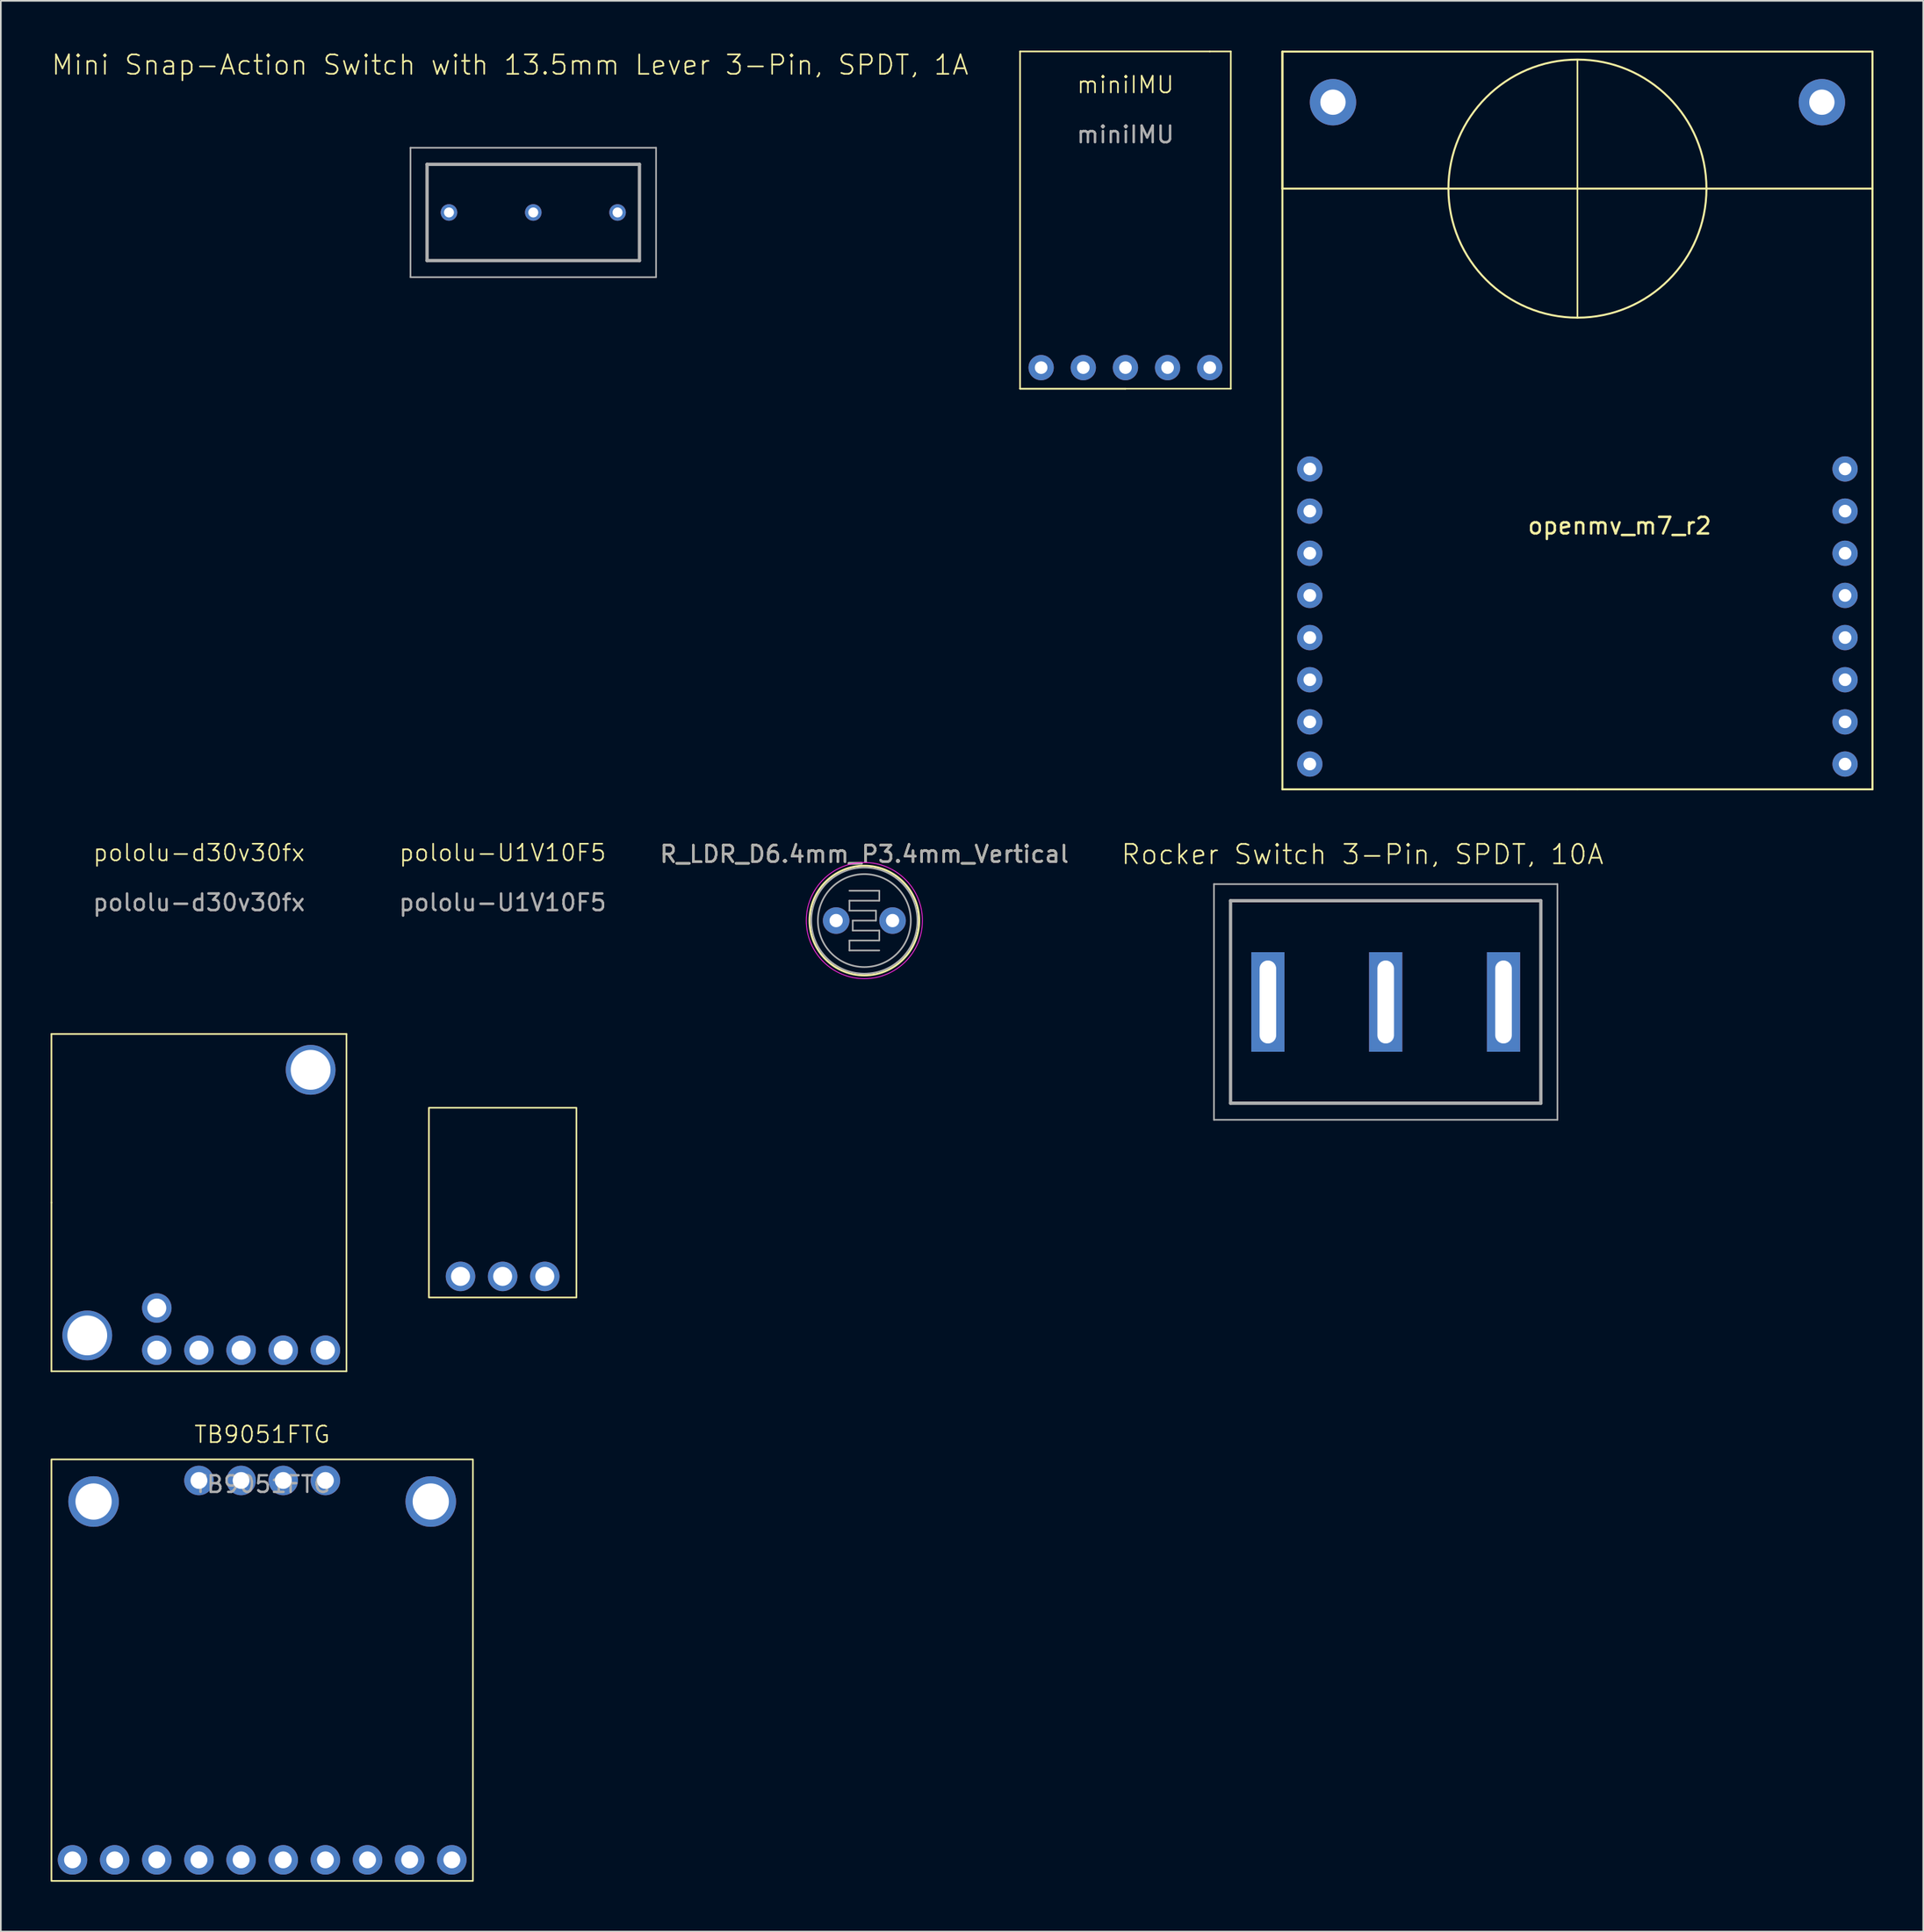
<source format=kicad_pcb>
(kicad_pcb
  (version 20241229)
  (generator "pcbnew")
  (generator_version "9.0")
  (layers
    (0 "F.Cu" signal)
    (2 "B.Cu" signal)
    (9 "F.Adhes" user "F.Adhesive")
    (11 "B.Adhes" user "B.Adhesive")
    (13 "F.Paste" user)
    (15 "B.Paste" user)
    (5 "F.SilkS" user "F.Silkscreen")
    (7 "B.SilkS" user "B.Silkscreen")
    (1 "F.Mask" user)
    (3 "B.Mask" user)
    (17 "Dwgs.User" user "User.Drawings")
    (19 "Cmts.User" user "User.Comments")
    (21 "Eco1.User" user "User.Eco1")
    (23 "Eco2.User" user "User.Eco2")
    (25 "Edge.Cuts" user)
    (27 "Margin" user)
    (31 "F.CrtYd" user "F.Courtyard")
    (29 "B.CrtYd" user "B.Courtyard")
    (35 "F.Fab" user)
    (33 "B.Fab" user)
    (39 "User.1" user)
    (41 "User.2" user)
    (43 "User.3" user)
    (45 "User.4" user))
  (footprint "pololu-U1V10F5"
    (layer "F.Cu")
    (at 27.243 69.412)
    (property "Reference" "pololu-U1V10F5" (at 0 -21.082 0) (unlocked yes) (layer "F.SilkS") (effects (font (size 1 1) (thickness 0.1))))
    (attr through_hole)
    (fp_rect (start -4.445 -5.715) (end 4.445 5.715) (stroke (width 0.1) (type default)) (fill no) (layer "F.SilkS"))
    (fp_text user "${REFERENCE}" (at 0 -18.082 0) (unlocked yes) (layer "F.Fab") (effects (font (size 1 1) (thickness 0.15))))
    (pad "3" thru_hole circle (at -2.54 4.445) (size 1.778 1.778) (drill 1.143) (layers "*.Cu" "*.Mask"))
    (pad "4" thru_hole circle (at 0 4.445) (size 1.778 1.778) (drill 1.143) (layers "*.Cu" "*.Mask"))
    (pad "6" thru_hole circle (at 2.54 4.445) (size 1.778 1.778) (drill 1.143) (layers "*.Cu" "*.Mask")))
  (footprint "miniIMU"
    (layer "F.Cu")
    (at 64.775 16.56)
    (property "Reference" "miniIMU" (at 0 -14.5 0) (unlocked yes) (layer "F.SilkS") (effects (font (size 1 1) (thickness 0.1))))
    (attr through_hole)
    (fp_line (start -6.35 -16.51) (end 5.08 -16.51) (stroke (width 0.1) (type default)) (layer "F.SilkS"))
    (fp_line (start -6.35 3.81) (end -6.35 -16.51) (stroke (width 0.1) (type default)) (layer "F.SilkS"))
    (fp_line (start -6.35 3.81) (end 0 3.81) (stroke (width 0.1) (type default)) (layer "F.SilkS"))
    (fp_line (start 0 3.81) (end -6.35 3.81) (stroke (width 0.1) (type default)) (layer "F.SilkS"))
    (fp_line (start 0 3.81) (end 6.35 3.81) (stroke (width 0.1) (type default)) (layer "F.SilkS"))
    (fp_line (start 5.08 -16.51) (end 6.35 -16.51) (stroke (width 0.1) (type default)) (layer "F.SilkS"))
    (fp_line (start 6.35 3.81) (end 6.35 -16.51) (stroke (width 0.1) (type default)) (layer "F.SilkS"))
    (fp_text user "${REFERENCE}" (at 0 -11.5 0) (unlocked yes) (layer "F.Fab") (effects (font (size 1 1) (thickness 0.15))))
    (pad "1" thru_hole circle (at -5.08 2.54) (size 1.524 1.524) (drill 0.762) (layers "*.Cu" "*.Mask"))
    (pad "2" thru_hole circle (at -2.54 2.54) (size 1.524 1.524) (drill 0.762) (layers "*.Cu" "*.Mask"))
    (pad "3" thru_hole circle (at 0 2.54) (size 1.524 1.524) (drill 0.762) (layers "*.Cu" "*.Mask"))
    (pad "4" thru_hole circle (at 2.54 2.54) (size 1.524 1.524) (drill 0.762) (layers "*.Cu" "*.Mask"))
    (pad "5" thru_hole circle (at 5.08 2.54) (size 1.524 1.524) (drill 0.762) (layers "*.Cu" "*.Mask")))
  (footprint "pololu-d30v30fx"
    (layer "F.Cu")
    (at 8.94 69.412)
    (property "Reference" "pololu-d30v30fx" (at 0 -21.082 0) (unlocked yes) (layer "F.SilkS") (effects (font (size 1 1) (thickness 0.1))))
    (attr through_hole)
    (fp_line (start -8.89 -10.16) (end -8.89 0) (stroke (width 0.1) (type default)) (layer "F.SilkS"))
    (fp_line (start -8.89 0) (end -8.89 10.16) (stroke (width 0.1) (type default)) (layer "F.SilkS"))
    (fp_line (start -8.89 10.16) (end 8.89 10.16) (stroke (width 0.1) (type default)) (layer "F.SilkS"))
    (fp_line (start 8.89 -10.16) (end -8.89 -10.16) (stroke (width 0.1) (type default)) (layer "F.SilkS"))
    (fp_line (start 8.89 10.16) (end 8.89 -10.16) (stroke (width 0.1) (type default)) (layer "F.SilkS"))
    (fp_text user "${REFERENCE}" (at 0 -18.082 0) (unlocked yes) (layer "F.Fab") (effects (font (size 1 1) (thickness 0.15))))
    (pad "1" thru_hole circle (at -2.54 6.35) (size 1.778 1.778) (drill 1.143) (layers "*.Cu" "*.Mask"))
    (pad "2" thru_hole circle (at -2.54 8.89) (size 1.778 1.778) (drill 1.143) (layers "*.Cu" "*.Mask"))
    (pad "3" thru_hole circle (at 0 8.89) (size 1.778 1.778) (drill 1.143) (layers "*.Cu" "*.Mask"))
    (pad "4" thru_hole circle (at 2.54 8.89) (size 1.778 1.778) (drill 1.143) (layers "*.Cu" "*.Mask"))
    (pad "5" thru_hole circle (at 5.08 8.89) (size 1.778 1.778) (drill 1.143) (layers "*.Cu" "*.Mask"))
    (pad "6" thru_hole circle (at 7.62 8.89) (size 1.778 1.778) (drill 1.143) (layers "*.Cu" "*.Mask"))
    (pad "7" thru_hole circle (at -6.731 8.001) (size 3 3) (drill 2.4) (layers "*.Cu" "*.Mask"))
    (pad "7" thru_hole circle (at 6.731 -8.001) (size 3 3) (drill 2.4) (layers "*.Cu" "*.Mask")))
  (footprint "openmv_m7_r2"
    (layer "F.Cu")
    (at 92.015 22.285)
    (property "Reference" "openmv_m7_r2" (at 2.54 6.35 0) (layer "F.SilkS") (effects (font (size 1 1) (thickness 0.15))))
    (attr through_hole)
    (fp_line (start -17.78 -22.225) (end -17.78 -13.97) (stroke (width 0.12) (type solid)) (layer "F.SilkS"))
    (fp_line (start -17.78 -22.225) (end -17.78 22.225) (stroke (width 0.12) (type solid)) (layer "F.SilkS"))
    (fp_line (start -17.78 -13.97) (end 17.78 -13.97) (stroke (width 0.12) (type solid)) (layer "F.SilkS"))
    (fp_line (start -17.78 22.225) (end 0 22.225) (stroke (width 0.12) (type solid)) (layer "F.SilkS"))
    (fp_line (start 0 -21.745) (end 0 -6.195) (stroke (width 0.1) (type default)) (layer "F.SilkS"))
    (fp_line (start 0 22.225) (end 17.78 22.225) (stroke (width 0.12) (type solid)) (layer "F.SilkS"))
    (fp_line (start 17.78 -22.225) (end -17.78 -22.225) (stroke (width 0.12) (type solid)) (layer "F.SilkS"))
    (fp_line (start 17.78 22.225) (end 17.78 -22.225) (stroke (width 0.12) (type solid)) (layer "F.SilkS"))
    (fp_circle (center 0 -13.97) (end 6.096 -18.796) (stroke (width 0.12) (type solid)) (fill no) (layer "F.SilkS"))
    (pad "2" thru_hole circle (at -16.129 2.921) (size 1.524 1.524) (drill 0.762) (layers "*.Cu" "*.Mask"))
    (pad "3" thru_hole circle (at -16.129 5.461) (size 1.524 1.524) (drill 0.762) (layers "*.Cu" "*.Mask"))
    (pad "4" thru_hole circle (at -16.129 8.001) (size 1.524 1.524) (drill 0.762) (layers "*.Cu" "*.Mask"))
    (pad "5" thru_hole circle (at -16.129 10.541) (size 1.524 1.524) (drill 0.762) (layers "*.Cu" "*.Mask"))
    (pad "6" thru_hole circle (at -16.129 13.081) (size 1.524 1.524) (drill 0.762) (layers "*.Cu" "*.Mask"))
    (pad "7" thru_hole circle (at -16.129 15.621) (size 1.524 1.524) (drill 0.762) (layers "*.Cu" "*.Mask"))
    (pad "8" thru_hole circle (at -16.129 18.161) (size 1.524 1.524) (drill 0.762) (layers "*.Cu" "*.Mask"))
    (pad "9" thru_hole circle (at -16.129 20.701) (size 1.524 1.524) (drill 0.762) (layers "*.Cu" "*.Mask"))
    (pad "10" thru_hole circle (at 16.129 2.921) (size 1.524 1.524) (drill 0.762) (layers "*.Cu" "*.Mask"))
    (pad "11" thru_hole circle (at 16.129 5.461) (size 1.524 1.524) (drill 0.762) (layers "*.Cu" "*.Mask"))
    (pad "12" thru_hole circle (at 16.129 8.001) (size 1.524 1.524) (drill 0.762) (layers "*.Cu" "*.Mask"))
    (pad "13" thru_hole circle (at 16.129 10.541) (size 1.524 1.524) (drill 0.762) (layers "*.Cu" "*.Mask"))
    (pad "14" thru_hole circle (at 16.129 13.081) (size 1.524 1.524) (drill 0.762) (layers "*.Cu" "*.Mask"))
    (pad "15" thru_hole circle (at 16.129 15.621) (size 1.524 1.524) (drill 0.762) (layers "*.Cu" "*.Mask"))
    (pad "16" thru_hole circle (at 16.129 18.161) (size 1.524 1.524) (drill 0.762) (layers "*.Cu" "*.Mask"))
    (pad "17" thru_hole circle (at 16.129 20.701) (size 1.524 1.524) (drill 0.762) (layers "*.Cu" "*.Mask"))
    (pad "screw" thru_hole circle (at -14.732 -19.177) (size 2.794 2.794) (drill 1.524) (layers "*.Cu" "*.Mask"))
    (pad "screw" thru_hole circle (at 14.732 -19.177) (size 2.794 2.794) (drill 1.524) (layers "*.Cu" "*.Mask")))
  (footprint "Mini Snap-Action Switch with 13.5mm Lever 3-Pin, SPDT, 1A"
    (layer "F.Cu")
    (at 29.088 9.752)
    (property "Reference" "Mini Snap-Action Switch with 13.5mm Lever 3-Pin, SPDT, 1A" (at -1.4 -8.89 0) (unlocked yes) (layer "F.SilkS") (effects (font (size 1.168 1.168) (thickness 0.102))))
    (fp_line (start -6.4 -2.9) (end 6.4 -2.9) (stroke (width 0.1) (type solid)) (layer "F.SilkS"))
    (fp_line (start -6.4 2.9) (end -6.4 -2.9) (stroke (width 0.1) (type solid)) (layer "F.SilkS"))
    (fp_line (start 6.4 -2.9) (end 6.4 2.9) (stroke (width 0.1) (type solid)) (layer "F.SilkS"))
    (fp_line (start 6.4 2.9) (end -6.4 2.9) (stroke (width 0.1) (type solid)) (layer "F.SilkS"))
    (fp_line (start -7.4 -3.9) (end 7.4 -3.9) (stroke (width 0.1) (type solid)) (layer "F.Fab"))
    (fp_line (start -7.4 3.9) (end -7.4 -3.9) (stroke (width 0.1) (type solid)) (layer "F.Fab"))
    (fp_line (start -6.4 -2.9) (end 6.4 -2.9) (stroke (width 0.2) (type solid)) (layer "F.Fab"))
    (fp_line (start -6.4 2.9) (end -6.4 -2.9) (stroke (width 0.2) (type solid)) (layer "F.Fab"))
    (fp_line (start 6.4 -2.9) (end 6.4 2.9) (stroke (width 0.2) (type solid)) (layer "F.Fab"))
    (fp_line (start 6.4 2.9) (end -6.4 2.9) (stroke (width 0.2) (type solid)) (layer "F.Fab"))
    (fp_line (start 7.4 -3.9) (end 7.4 3.9) (stroke (width 0.1) (type solid)) (layer "F.Fab"))
    (fp_line (start 7.4 3.9) (end -7.4 3.9) (stroke (width 0.1) (type solid)) (layer "F.Fab"))
    (pad "1" thru_hole circle (at 0 0) (size 1 1) (drill 0.6) (layers "*.Cu" "*.Mask"))
    (pad "2" thru_hole circle (at 5.08 0) (size 1 1) (drill 0.6) (layers "*.Cu" "*.Mask"))
    (pad "3" thru_hole circle (at -5.08 0) (size 1 1) (drill 0.6) (layers "*.Cu" "*.Mask")))
  (footprint "Rocker Switch 3-Pin, SPDT, 10A"
    (layer "F.Cu")
    (at 80.46 57.322)
    (property "Reference" "Rocker Switch 3-Pin, SPDT, 10A" (at -1.4 -8.89 0) (unlocked yes) (layer "F.SilkS") (effects (font (size 1.168 1.168) (thickness 0.102))))
    (fp_line (start -9.35 -6.1) (end 9.35 -6.1) (stroke (width 0.1) (type solid)) (layer "F.SilkS"))
    (fp_line (start -9.35 6.1) (end -9.35 -6.1) (stroke (width 0.1) (type solid)) (layer "F.SilkS"))
    (fp_line (start 9.35 -6.1) (end 9.35 6.1) (stroke (width 0.1) (type solid)) (layer "F.SilkS"))
    (fp_line (start 9.35 6.1) (end -9.35 6.1) (stroke (width 0.1) (type solid)) (layer "F.SilkS"))
    (fp_line (start -10.35 -7.1) (end 10.35 -7.1) (stroke (width 0.1) (type solid)) (layer "F.Fab"))
    (fp_line (start -10.35 7.1) (end -10.35 -7.1) (stroke (width 0.1) (type solid)) (layer "F.Fab"))
    (fp_line (start -9.35 -6.1) (end 9.35 -6.1) (stroke (width 0.2) (type solid)) (layer "F.Fab"))
    (fp_line (start -9.35 6.1) (end -9.35 -6.1) (stroke (width 0.2) (type solid)) (layer "F.Fab"))
    (fp_line (start 9.35 -6.1) (end 9.35 6.1) (stroke (width 0.2) (type solid)) (layer "F.Fab"))
    (fp_line (start 9.35 6.1) (end -9.35 6.1) (stroke (width 0.2) (type solid)) (layer "F.Fab"))
    (fp_line (start 10.35 -7.1) (end 10.35 7.1) (stroke (width 0.1) (type solid)) (layer "F.Fab"))
    (fp_line (start 10.35 7.1) (end -10.35 7.1) (stroke (width 0.1) (type solid)) (layer "F.Fab"))
    (pad "1" thru_hole rect (at 0 0) (size 2 6) (drill oval 1 5) (layers "*.Cu" "*.Mask"))
    (pad "2" thru_hole rect (at 7.1 0) (size 2 6) (drill oval 1 5) (layers "*.Cu" "*.Mask"))
    (pad "3" thru_hole rect (at -7.1 0) (size 2 6) (drill oval 1 5) (layers "*.Cu" "*.Mask")))
  (footprint "TB9051FTG"
    (layer "F.Cu")
    (at 12.75 97.583)
    (property "Reference" "TB9051FTG" (at 0 -14.2 0) (unlocked yes) (layer "F.SilkS") (effects (font (size 1 1) (thickness 0.1))))
    (fp_rect (start -12.7 -12.7) (end 12.7 12.7) (stroke (width 0.1) (type default)) (fill no) (layer "F.SilkS"))
    (fp_text user "${REFERENCE}" (at 0 -11.2 0) (unlocked yes) (layer "F.Fab") (effects (font (size 1 1) (thickness 0.15))))
    (pad "0" thru_hole circle (at -10.16 -10.16) (size 3.048 3.048) (drill 2.184) (layers "*.Cu" "*.Mask"))
    (pad "0" thru_hole circle (at 10.16 -10.16) (size 3.048 3.048) (drill 2.184) (layers "*.Cu" "*.Mask"))
    (pad "1" thru_hole circle (at -3.81 -11.43) (size 1.778 1.778) (drill 1.016) (layers "*.Cu" "*.Mask"))
    (pad "2" thru_hole circle (at -1.27 -11.43) (size 1.778 1.778) (drill 1.016) (layers "*.Cu" "*.Mask"))
    (pad "3" thru_hole circle (at 1.27 -11.43) (size 1.778 1.778) (drill 1.016) (layers "*.Cu" "*.Mask"))
    (pad "4" thru_hole circle (at 3.81 -11.43) (size 1.778 1.778) (drill 1.016) (layers "*.Cu" "*.Mask"))
    (pad "5" thru_hole circle (at -11.43 11.43) (size 1.778 1.778) (drill 1.016) (layers "*.Cu" "*.Mask"))
    (pad "6" thru_hole circle (at -8.89 11.43) (size 1.778 1.778) (drill 1.016) (layers "*.Cu" "*.Mask"))
    (pad "7" thru_hole circle (at -6.35 11.43) (size 1.778 1.778) (drill 1.016) (layers "*.Cu" "*.Mask"))
    (pad "8" thru_hole circle (at -3.81 11.43) (size 1.778 1.778) (drill 1.016) (layers "*.Cu" "*.Mask"))
    (pad "9" thru_hole circle (at -1.27 11.43) (size 1.778 1.778) (drill 1.016) (layers "*.Cu" "*.Mask"))
    (pad "10" thru_hole circle (at 1.27 11.43) (size 1.778 1.778) (drill 1.016) (layers "*.Cu" "*.Mask"))
    (pad "11" thru_hole circle (at 3.81 11.43) (size 1.778 1.778) (drill 1.016) (layers "*.Cu" "*.Mask"))
    (pad "12" thru_hole circle (at 6.35 11.43) (size 1.778 1.778) (drill 1.016) (layers "*.Cu" "*.Mask"))
    (pad "13" thru_hole circle (at 8.89 11.43) (size 1.778 1.778) (drill 1.016) (layers "*.Cu" "*.Mask"))
    (pad "14" thru_hole circle (at 11.43 11.43) (size 1.778 1.778) (drill 1.016) (layers "*.Cu" "*.Mask")))
  (footprint "R_LDR_D6.4mm_P3.4mm_Vertical"
    (layer "F.Cu")
    (at 47.341 52.418)
    (property "Reference" "R_LDR_D6.4mm_P3.4mm_Vertical" (at 1.7 -4 0) (layer "F.SilkS") (effects (font (size 1 1) (thickness 0.15))))
    (attr through_hole)
    (fp_circle (center 1.7 0) (end 5 -0.1) (stroke (width 0.12) (type solid)) (fill no) (layer "F.SilkS"))
    (fp_circle (center 1.7 0) (end 5.2 0) (stroke (width 0.05) (type solid)) (fill no) (layer "F.CrtYd"))
    (fp_line (start 0.8 -1.8) (end 2.6 -1.8) (stroke (width 0.1) (type solid)) (layer "F.Fab"))
    (fp_line (start 0.8 -1.2) (end 0.8 -0.6) (stroke (width 0.1) (type solid)) (layer "F.Fab"))
    (fp_line (start 0.8 1.2) (end 0.8 1.8) (stroke (width 0.1) (type solid)) (layer "F.Fab"))
    (fp_line (start 0.8 1.8) (end 2.6 1.8) (stroke (width 0.1) (type solid)) (layer "F.Fab"))
    (fp_line (start 1 0) (end 2.4 0) (stroke (width 0.1) (type solid)) (layer "F.Fab"))
    (fp_line (start 1 0.6) (end 1 0) (stroke (width 0.1) (type solid)) (layer "F.Fab"))
    (fp_line (start 2.4 -0.6) (end 0.8 -0.6) (stroke (width 0.1) (type solid)) (layer "F.Fab"))
    (fp_line (start 2.4 0) (end 2.4 -0.6) (stroke (width 0.1) (type solid)) (layer "F.Fab"))
    (fp_line (start 2.6 -1.8) (end 2.6 -1.2) (stroke (width 0.1) (type solid)) (layer "F.Fab"))
    (fp_line (start 2.6 -1.2) (end 0.8 -1.2) (stroke (width 0.1) (type solid)) (layer "F.Fab"))
    (fp_line (start 2.6 0.6) (end 1 0.6) (stroke (width 0.1) (type solid)) (layer "F.Fab"))
    (fp_line (start 2.6 0.6) (end 2.6 1.2) (stroke (width 0.1) (type solid)) (layer "F.Fab"))
    (fp_line (start 2.6 1.2) (end 0.8 1.2) (stroke (width 0.1) (type solid)) (layer "F.Fab"))
    (fp_circle (center 1.7 0) (end 4.5 0) (stroke (width 0.1) (type solid)) (fill no) (layer "F.Fab"))
    (fp_circle (center 1.7 0) (end 4.9 0) (stroke (width 0.1) (type solid)) (fill no) (layer "F.Fab"))
    (fp_text user "${REFERENCE}" (at 1.7 -4 0) (layer "F.Fab") (effects (font (size 1 1) (thickness 0.15))))
    (pad "1" thru_hole circle (at 0 0) (size 1.6 1.6) (drill 0.8) (layers "*.Cu" "*.Mask"))
    (pad "2" thru_hole circle (at 3.4 0) (size 1.6 1.6) (drill 0.8) (layers "*.Cu" "*.Mask")))
  (gr_rect
    (start -3 -3)
    (end 112.855 113.333)
    (stroke (width 0.1) (type default))
    (fill no)
    (layer "Edge.Cuts")))
</source>
